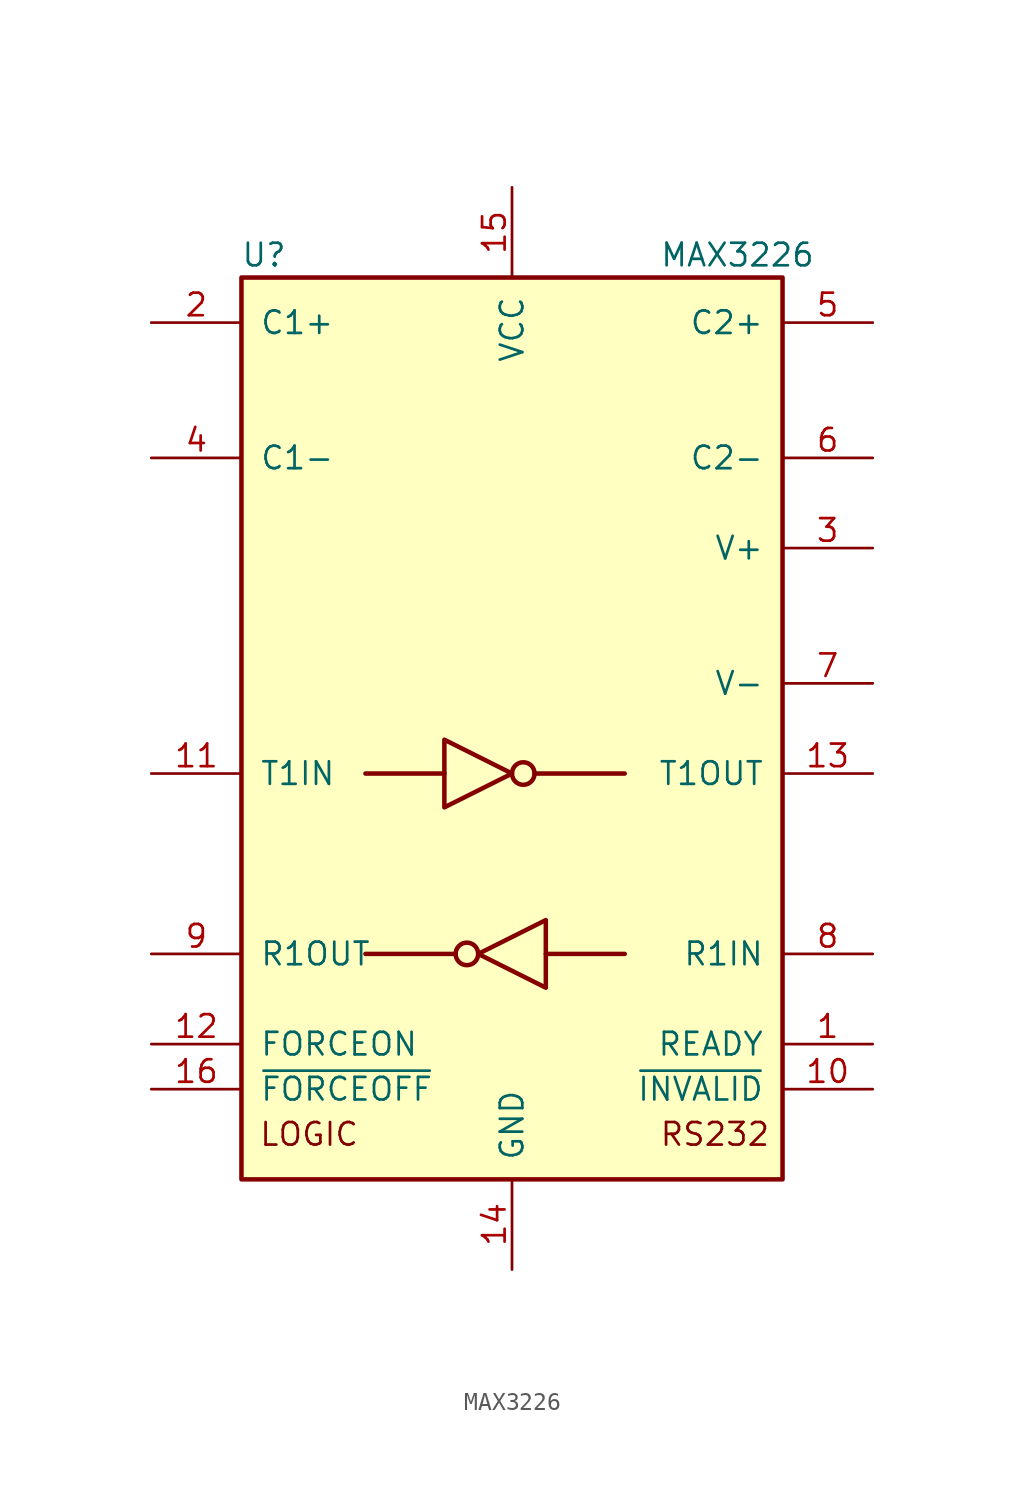
<source format=kicad_sym>
(kicad_symbol_lib
  (version 20200908)
  (generator kicad_symbol_editor)
  (symbol "Interface_UART:MAX3226"
    (pin_names
      (offset 1.016))
    (property "Reference" "U"
      (at -13.97 26.67 0)
      (effects (font (size 1.27 1.27))))
    (property "Value" "MAX3226"
      (at 12.7 26.67 0)
      (effects (font (size 1.27 1.27))))
    (symbol "MAX3226_0_1"
      (circle (center -2.54 -12.7) (radius 0.635) (stroke (width 0.254)) (fill (type none)))
      (circle (center 0.635 -2.54) (radius 0.635) (stroke (width 0.254)) (fill (type none)))
      (rectangle (start -15.24 -25.4) (end 15.24 25.4) (stroke (width 0.254)) (fill (type background)))
      (polyline (pts (xy -3.81 -2.54) (xy -8.255 -2.54)) (stroke (width 0.254)) (fill (type none)))
      (polyline (pts (xy -3.175 -12.7) (xy -8.255 -12.7)) (stroke (width 0.254)) (fill (type none)))
      (polyline (pts (xy 1.27 -2.54) (xy 6.35 -2.54)) (stroke (width 0.254)) (fill (type none)))
      (polyline (pts (xy 1.905 -12.7) (xy 6.35 -12.7)) (stroke (width 0.254)) (fill (type none)))
      (polyline (pts (xy -3.81 -0.635) (xy -3.81 -4.445) (xy 0 -2.54) (xy -3.81 -0.635)) (stroke (width 0.254)) (fill (type none)))
      (polyline (pts (xy 1.905 -10.795) (xy 1.905 -14.605) (xy -1.905 -12.7) (xy 1.905 -10.795)) (stroke (width 0.254)) (fill (type none))))
    (symbol "MAX3226_0_0"
      (text "LOGIC" (at -11.43 -22.86 0) (effects (font (size 1.27 1.27))))
      (text "RS232" (at 11.43 -22.86 0) (effects (font (size 1.27 1.27)))))
    (symbol "MAX3226_1_1"
      (pin output line (at 20.32 -17.78 180) (length 5.08) (name "READY" (effects (font (size 1.27 1.27)))) (number "1" (effects (font (size 1.27 1.27)))))
      (pin output line (at 20.32 -20.32 180) (length 5.08) (name "~INVALID" (effects (font (size 1.27 1.27)))) (number "10" (effects (font (size 1.27 1.27)))))
      (pin input line (at -20.32 -2.54 0) (length 5.08) (name "T1IN" (effects (font (size 1.27 1.27)))) (number "11" (effects (font (size 1.27 1.27)))))
      (pin input line (at -20.32 -17.78 0) (length 5.08) (name "FORCEON" (effects (font (size 1.27 1.27)))) (number "12" (effects (font (size 1.27 1.27)))))
      (pin output line (at 20.32 -2.54 180) (length 5.08) (name "T1OUT" (effects (font (size 1.27 1.27)))) (number "13" (effects (font (size 1.27 1.27)))))
      (pin power_in line (at 0 -30.48 90) (length 5.08) (name "GND" (effects (font (size 1.27 1.27)))) (number "14" (effects (font (size 1.27 1.27)))))
      (pin power_in line (at 0 30.48 270) (length 5.08) (name "VCC" (effects (font (size 1.27 1.27)))) (number "15" (effects (font (size 1.27 1.27)))))
      (pin input line (at -20.32 -20.32 0) (length 5.08) (name "~FORCEOFF" (effects (font (size 1.27 1.27)))) (number "16" (effects (font (size 1.27 1.27)))))
      (pin passive line (at -20.32 22.86 0) (length 5.08) (name "C1+" (effects (font (size 1.27 1.27)))) (number "2" (effects (font (size 1.27 1.27)))))
      (pin power_out line (at 20.32 10.16 180) (length 5.08) (name "V+" (effects (font (size 1.27 1.27)))) (number "3" (effects (font (size 1.27 1.27)))))
      (pin passive line (at -20.32 15.24 0) (length 5.08) (name "C1-" (effects (font (size 1.27 1.27)))) (number "4" (effects (font (size 1.27 1.27)))))
      (pin passive line (at 20.32 22.86 180) (length 5.08) (name "C2+" (effects (font (size 1.27 1.27)))) (number "5" (effects (font (size 1.27 1.27)))))
      (pin passive line (at 20.32 15.24 180) (length 5.08) (name "C2-" (effects (font (size 1.27 1.27)))) (number "6" (effects (font (size 1.27 1.27)))))
      (pin power_out line (at 20.32 2.54 180) (length 5.08) (name "V-" (effects (font (size 1.27 1.27)))) (number "7" (effects (font (size 1.27 1.27)))))
      (pin input line (at 20.32 -12.7 180) (length 5.08) (name "R1IN" (effects (font (size 1.27 1.27)))) (number "8" (effects (font (size 1.27 1.27)))))
      (pin output line (at -20.32 -12.7 0) (length 5.08) (name "R1OUT" (effects (font (size 1.27 1.27)))) (number "9" (effects (font (size 1.27 1.27))))))))
</source>
